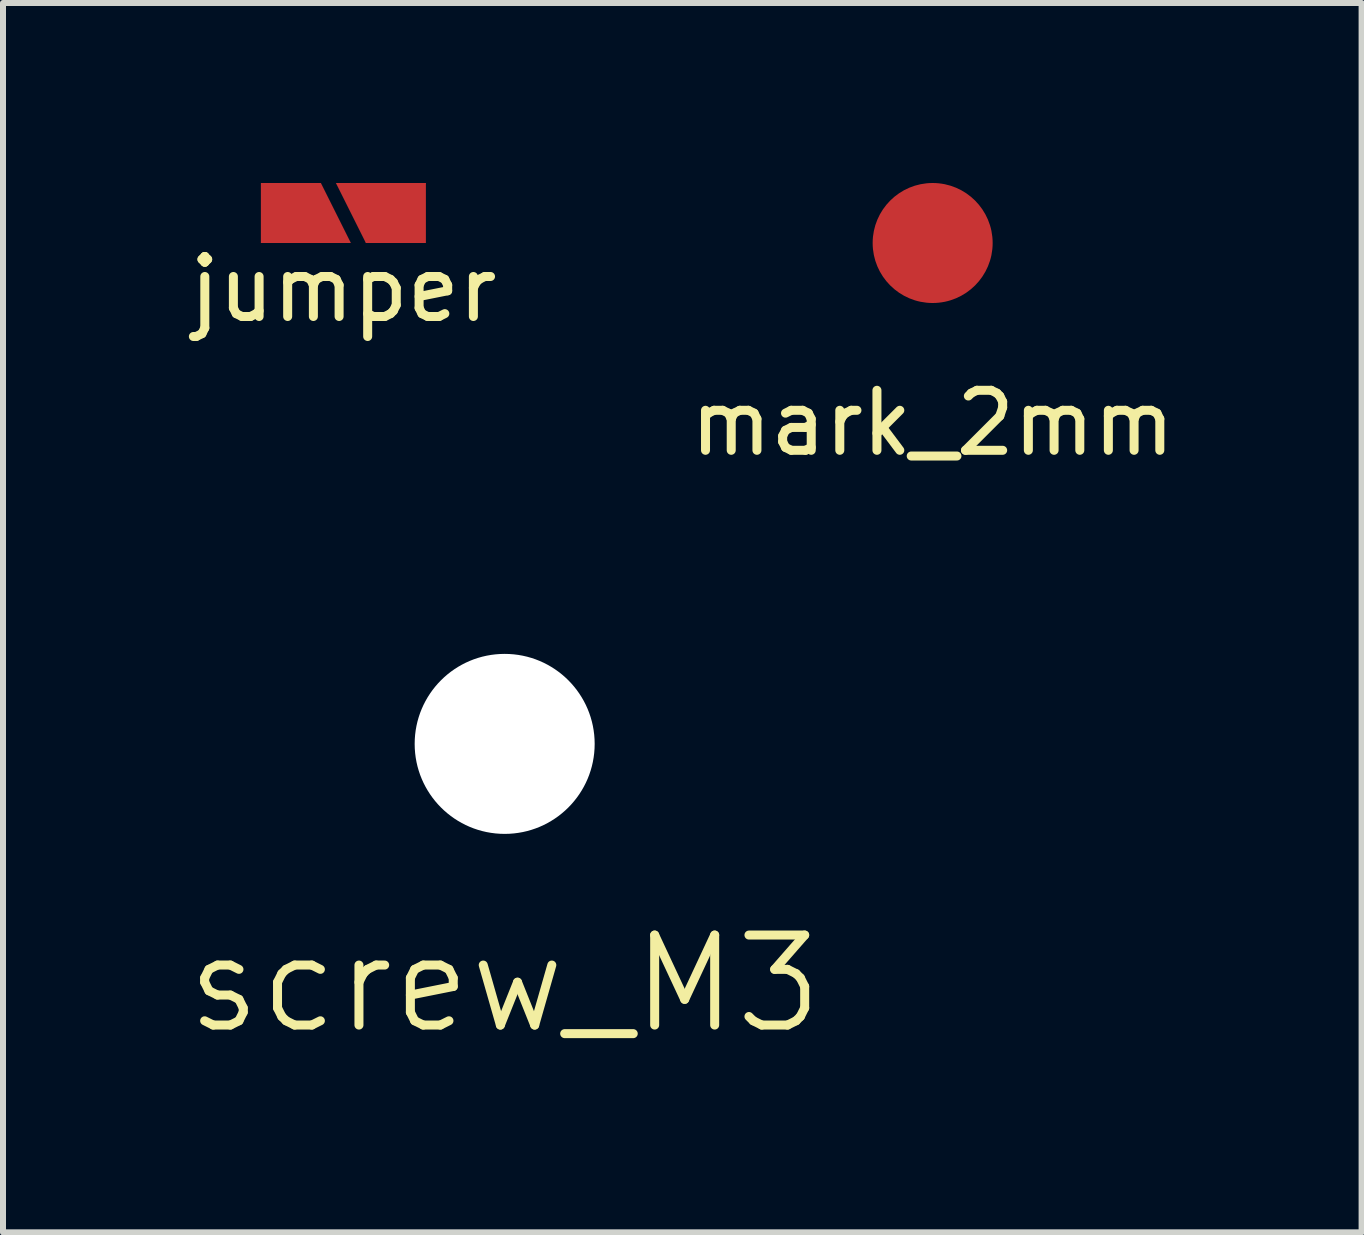
<source format=kicad_pcb>
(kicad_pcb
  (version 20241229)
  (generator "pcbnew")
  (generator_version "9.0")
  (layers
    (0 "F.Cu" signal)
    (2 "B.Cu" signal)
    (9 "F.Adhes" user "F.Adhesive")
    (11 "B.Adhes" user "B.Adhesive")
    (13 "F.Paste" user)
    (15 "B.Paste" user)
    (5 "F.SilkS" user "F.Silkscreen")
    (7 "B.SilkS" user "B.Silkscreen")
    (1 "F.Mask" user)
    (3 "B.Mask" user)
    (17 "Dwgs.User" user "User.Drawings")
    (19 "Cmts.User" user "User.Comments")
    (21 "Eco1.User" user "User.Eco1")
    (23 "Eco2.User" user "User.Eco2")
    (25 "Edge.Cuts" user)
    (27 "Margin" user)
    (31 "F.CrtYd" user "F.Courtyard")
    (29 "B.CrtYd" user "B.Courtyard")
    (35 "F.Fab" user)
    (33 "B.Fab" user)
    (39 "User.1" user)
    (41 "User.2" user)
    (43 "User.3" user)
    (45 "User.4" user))
  (footprint "jumper"
    (layer "F.Cu")
    (at 2.673 0.5)
    (property "Reference" "jumper" (at 0 1.27 0) (layer "F.SilkS") (effects (font (size 1 1) (thickness 0.15))))
    (attr through_hole)
    (pad "1" smd trapezoid (at -0.875 0) (size 1 1) (layers "F.Cu" "F.Mask" "F.Paste"))
    (pad "1" smd trapezoid (at -0.625 0) (size 1 1) (rect_delta 0 0.5) (layers "F.Cu" "F.Mask" "F.Paste"))
    (pad "2" smd trapezoid (at 0.625 0 180) (size 1 1) (rect_delta 0 0.5) (layers "F.Cu" "F.Mask" "F.Paste"))
    (pad "2" smd trapezoid (at 0.875 0) (size 1 1) (layers "F.Cu" "F.Mask" "F.Paste")))
  (footprint "screw_M3"
    (layer "F.Cu")
    (at 5.361 9.348)
    (property "Reference" "screw_M3" (at 0 4 0) (layer "F.SilkS") (effects (font (size 1.5 1.5) (thickness 0.15))))
    (attr through_hole)
    (pad "" np_thru_hole circle (at 0 0) (size 3 3) (drill 3) (layers "*.Cu" "*.Mask")))
  (footprint "mark_2mm"
    (layer "F.Cu")
    (at 12.494 1)
    (property "Reference" "mark_2mm" (at 0 3 0) (layer "F.SilkS") (effects (font (size 1 1) (thickness 0.15))))
    (attr through_hole)
    (pad "1" smd circle (at 0 0) (size 2 2) (layers "F.Cu" "F.Mask")))
  (gr_rect
    (start -3 -3)
    (end 19.643 17.489)
    (stroke (width 0.1) (type default))
    (fill no)
    (layer "Edge.Cuts")))
</source>
